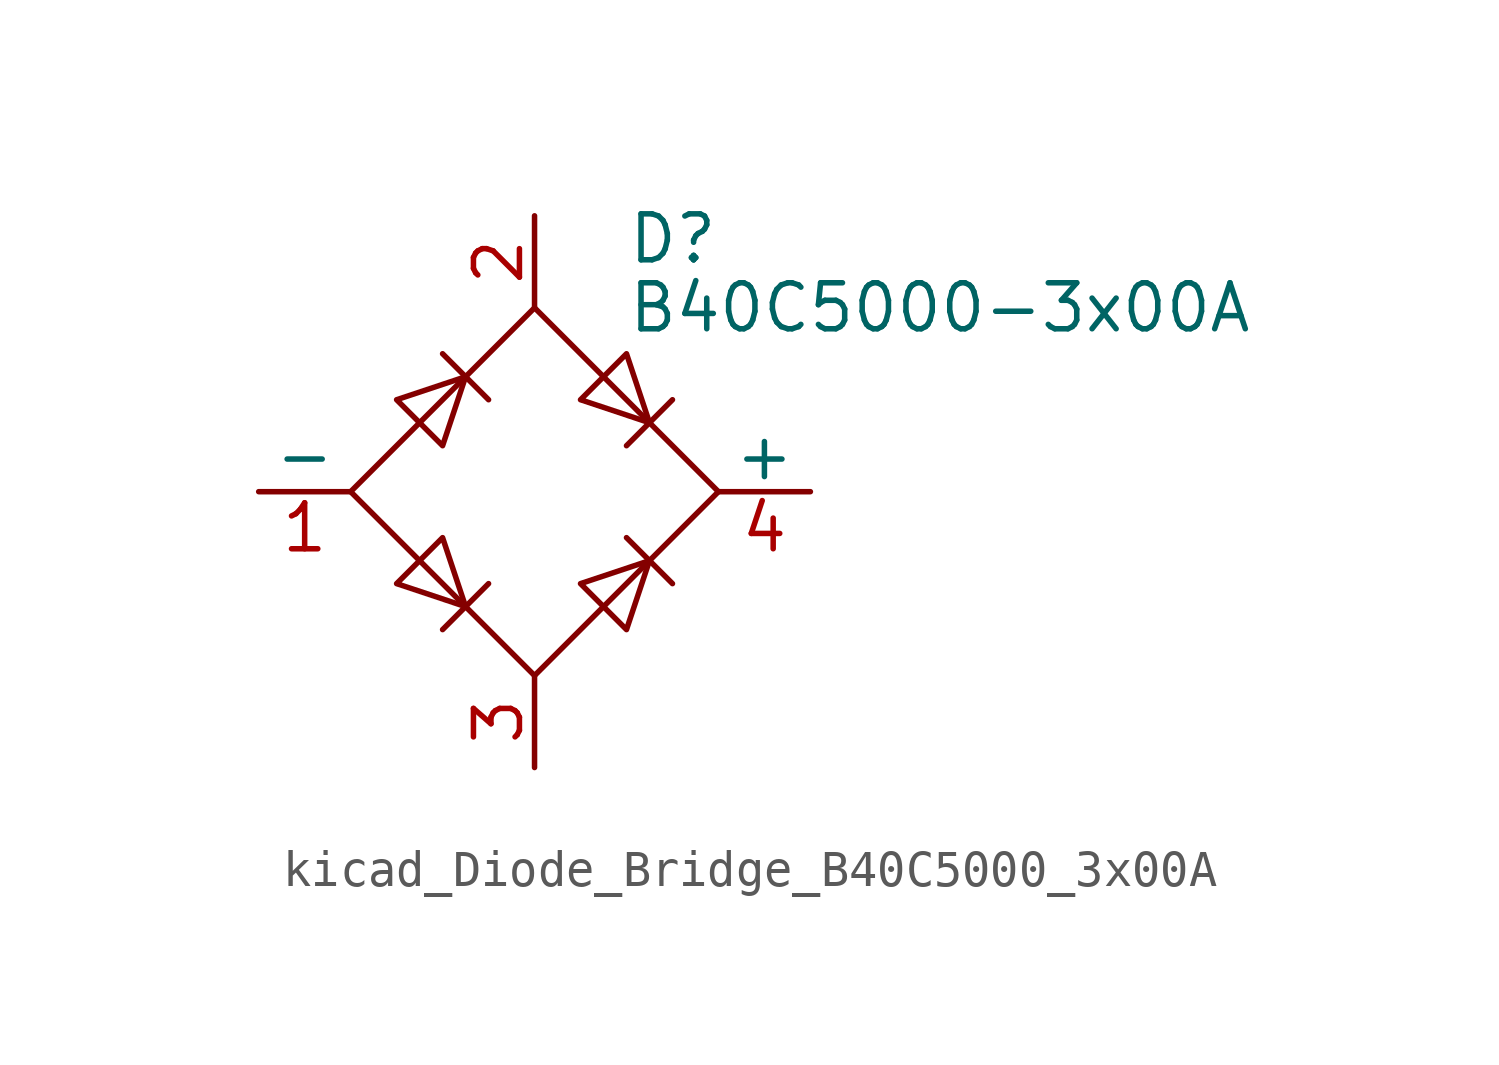
<source format=kicad_sym>
(kicad_symbol_lib
  (version 20220914)
  (generator kicad_symbol_editor)
  (symbol "kicad_Diode_Bridge_B40C5000_3x00A"
    (pin_names
      (offset 0))
    (property "Reference" "D"
      (at 2.54 6.985 0)
      (effects (font (size 1.27 1.27)) (justify left)))
    (property "Value" "B40C5000-3x00A"
      (at 2.54 5.08 0)
      (effects (font (size 1.27 1.27)) (justify left)))
    (symbol "kicad_Diode_Bridge_B40C5000_3x00A_0_1"
      (polyline (pts (xy -2.54 3.81) (xy -1.27 2.54)) (stroke (width 0) (type default)) (fill (type none)))
      (polyline (pts (xy -1.27 -2.54) (xy -2.54 -3.81)) (stroke (width 0) (type default)) (fill (type none)))
      (polyline (pts (xy 2.54 -1.27) (xy 3.81 -2.54)) (stroke (width 0) (type default)) (fill (type none)))
      (polyline (pts (xy 2.54 1.27) (xy 3.81 2.54)) (stroke (width 0) (type default)) (fill (type none)))
      (polyline (pts (xy -3.81 2.54) (xy -2.54 1.27) (xy -1.905 3.175) (xy -3.81 2.54)) (stroke (width 0) (type default)) (fill (type none)))
      (polyline (pts (xy -2.54 -1.27) (xy -3.81 -2.54) (xy -1.905 -3.175) (xy -2.54 -1.27)) (stroke (width 0) (type default)) (fill (type none)))
      (polyline (pts (xy 1.27 2.54) (xy 2.54 3.81) (xy 3.175 1.905) (xy 1.27 2.54)) (stroke (width 0) (type default)) (fill (type none)))
      (polyline (pts (xy 3.175 -1.905) (xy 1.27 -2.54) (xy 2.54 -3.81) (xy 3.175 -1.905)) (stroke (width 0) (type default)) (fill (type none)))
      (polyline (pts (xy -5.08 0) (xy 0 -5.08) (xy 5.08 0) (xy 0 5.08) (xy -5.08 0)) (stroke (width 0) (type default)) (fill (type none))))
    (symbol "kicad_Diode_Bridge_B40C5000_3x00A_1_1"
      (pin passive line (at -7.62 0 0) (length 2.54) (name "-" (effects (font (size 1.27 1.27)))) (number "1" (effects (font (size 1.27 1.27)))))
      (pin passive line (at 0 7.62 270) (length 2.54) (name "~" (effects (font (size 1.27 1.27)))) (number "2" (effects (font (size 1.27 1.27)))))
      (pin passive line (at 0 -7.62 90) (length 2.54) (name "~" (effects (font (size 1.27 1.27)))) (number "3" (effects (font (size 1.27 1.27)))))
      (pin passive line (at 7.62 0 180) (length 2.54) (name "+" (effects (font (size 1.27 1.27)))) (number "4" (effects (font (size 1.27 1.27))))))))
</source>
